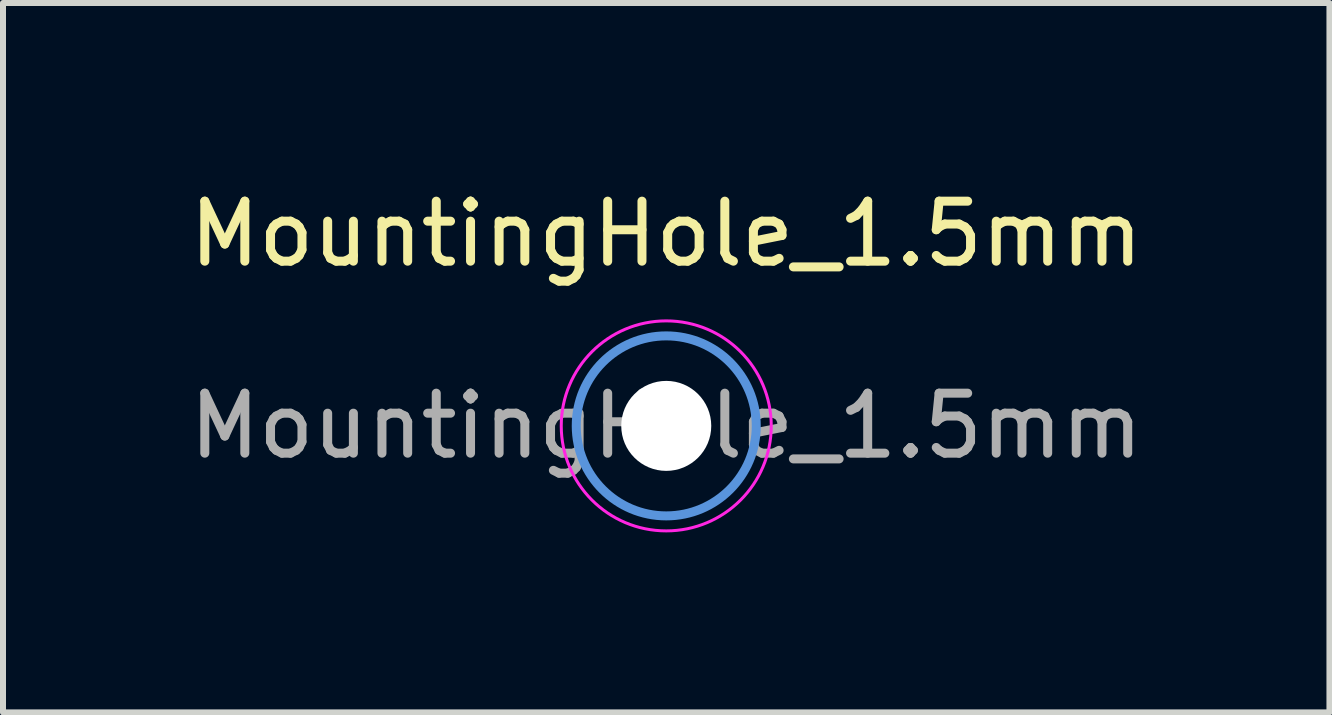
<source format=kicad_pcb>
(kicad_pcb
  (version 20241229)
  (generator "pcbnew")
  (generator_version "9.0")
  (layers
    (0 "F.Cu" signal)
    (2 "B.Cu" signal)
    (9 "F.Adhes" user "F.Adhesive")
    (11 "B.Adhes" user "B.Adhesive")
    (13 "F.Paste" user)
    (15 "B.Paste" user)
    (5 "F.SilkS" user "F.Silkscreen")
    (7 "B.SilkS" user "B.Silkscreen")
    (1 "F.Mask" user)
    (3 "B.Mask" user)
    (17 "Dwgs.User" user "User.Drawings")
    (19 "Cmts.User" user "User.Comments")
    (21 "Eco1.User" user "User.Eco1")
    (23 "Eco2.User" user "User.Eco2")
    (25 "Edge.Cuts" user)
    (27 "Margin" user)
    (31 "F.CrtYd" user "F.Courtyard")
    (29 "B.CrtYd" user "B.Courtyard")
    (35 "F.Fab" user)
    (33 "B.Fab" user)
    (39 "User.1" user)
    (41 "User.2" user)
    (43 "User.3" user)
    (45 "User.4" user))
  (footprint "MountingHole_1.5mm"
    (layer "F.Cu")
    (at 8.054 4.048)
    (property "Reference" "MountingHole_1.5mm" (at 0 -3.2 0) (layer "F.SilkS") (effects (font (size 1 1) (thickness 0.15))))
    (attr exclude_from_pos_files exclude_from_bom)
    (fp_circle (center 0 0) (end 1.5 0) (stroke (width 0.15) (type solid)) (fill no) (layer "Cmts.User"))
    (fp_circle (center 0 0) (end 1.75 0) (stroke (width 0.05) (type solid)) (fill no) (layer "F.CrtYd"))
    (fp_text user "${REFERENCE}" (at 0 0 0) (layer "F.Fab") (effects (font (size 1 1) (thickness 0.15))))
    (pad "" np_thru_hole circle (at 0 0) (size 1.5 1.5) (drill 2.1) (layers "*.Cu" "*.Mask")))
  (gr_rect
    (start -3 -3)
    (end 19.107 8.823)
    (stroke (width 0.1) (type default))
    (fill no)
    (layer "Edge.Cuts")))
</source>
